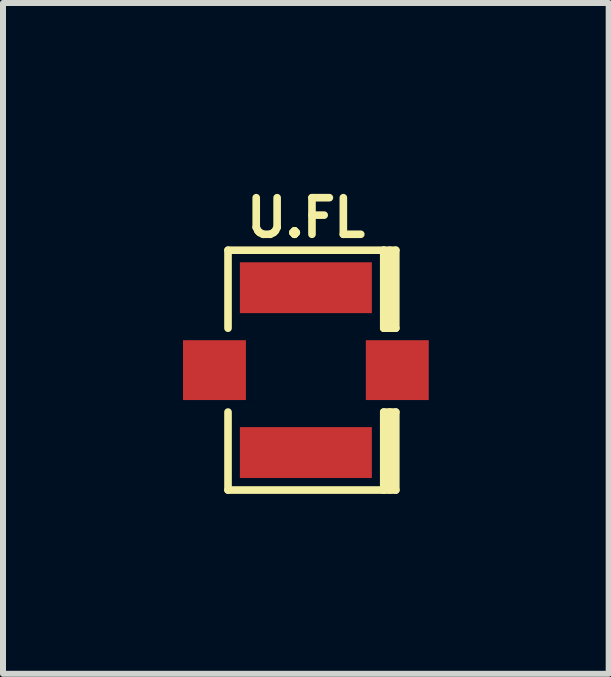
<source format=kicad_pcb>
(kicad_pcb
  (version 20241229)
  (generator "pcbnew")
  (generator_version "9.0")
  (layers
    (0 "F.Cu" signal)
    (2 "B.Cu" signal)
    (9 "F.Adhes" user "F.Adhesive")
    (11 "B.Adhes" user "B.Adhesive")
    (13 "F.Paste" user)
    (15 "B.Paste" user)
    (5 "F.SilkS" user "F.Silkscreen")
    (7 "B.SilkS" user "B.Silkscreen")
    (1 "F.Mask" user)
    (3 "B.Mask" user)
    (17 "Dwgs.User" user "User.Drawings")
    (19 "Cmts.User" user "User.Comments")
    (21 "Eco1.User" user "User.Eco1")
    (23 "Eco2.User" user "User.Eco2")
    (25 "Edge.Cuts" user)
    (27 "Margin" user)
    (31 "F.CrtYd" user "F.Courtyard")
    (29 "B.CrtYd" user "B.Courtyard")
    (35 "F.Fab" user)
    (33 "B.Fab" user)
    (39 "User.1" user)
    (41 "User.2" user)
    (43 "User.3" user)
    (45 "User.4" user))
  (footprint "U.FL"
    (layer "F.Cu")
    (at 2.049 3.12)
    (property "Reference" "U.FL" (at 0 -2.54 0) (layer "F.SilkS") (effects (font (size 0.61 0.61) (thickness 0.127))))
    (attr smd)
    (fp_line (start -1.298 -0.699) (end -1.298 -1.999) (stroke (width 0.127) (type solid)) (layer "F.SilkS"))
    (fp_line (start -1.298 1.999) (end -1.298 0.699) (stroke (width 0.127) (type solid)) (layer "F.SilkS"))
    (fp_line (start -1.298 1.999) (end 1.298 1.999) (stroke (width 0.127) (type solid)) (layer "F.SilkS"))
    (fp_line (start 1.298 -1.999) (end -1.298 -1.999) (stroke (width 0.127) (type solid)) (layer "F.SilkS"))
    (fp_line (start 1.298 -0.699) (end 1.298 -1.999) (stroke (width 0.127) (type solid)) (layer "F.SilkS"))
    (fp_line (start 1.298 1.999) (end 1.298 0.699) (stroke (width 0.127) (type solid)) (layer "F.SilkS"))
    (fp_line (start 1.4 -0.699) (end 1.4 -1.999) (stroke (width 0.127) (type solid)) (layer "F.SilkS"))
    (fp_line (start 1.4 1.999) (end 1.4 0.699) (stroke (width 0.127) (type solid)) (layer "F.SilkS"))
    (fp_line (start 1.499 -1.999) (end 1.298 -1.999) (stroke (width 0.127) (type solid)) (layer "F.SilkS"))
    (fp_line (start 1.499 -0.699) (end 1.298 -0.699) (stroke (width 0.127) (type solid)) (layer "F.SilkS"))
    (fp_line (start 1.499 -0.699) (end 1.499 -1.999) (stroke (width 0.127) (type solid)) (layer "F.SilkS"))
    (fp_line (start 1.499 0.699) (end 1.298 0.699) (stroke (width 0.127) (type solid)) (layer "F.SilkS"))
    (fp_line (start 1.499 1.999) (end 1.298 1.999) (stroke (width 0.127) (type solid)) (layer "F.SilkS"))
    (fp_line (start 1.499 1.999) (end 1.499 0.699) (stroke (width 0.127) (type solid)) (layer "F.SilkS"))
    (pad "1" smd rect (at 1.524 0) (size 1.049 0.998) (layers "F.Cu" "F.Mask" "F.Paste"))
    (pad "2" smd rect (at 0 -1.374) (size 2.2 0.848) (layers "F.Cu" "F.Mask" "F.Paste"))
    (pad "2" smd rect (at 0 1.374) (size 2.2 0.848) (layers "F.Cu" "F.Mask" "F.Paste"))
    (pad "NC" smd rect (at -1.524 0) (size 1.049 0.998) (layers "F.Cu" "F.Mask" "F.Paste")))
  (gr_rect
    (start -3 -3)
    (end 7.097 8.182)
    (stroke (width 0.1) (type default))
    (fill no)
    (layer "Edge.Cuts")))
</source>
